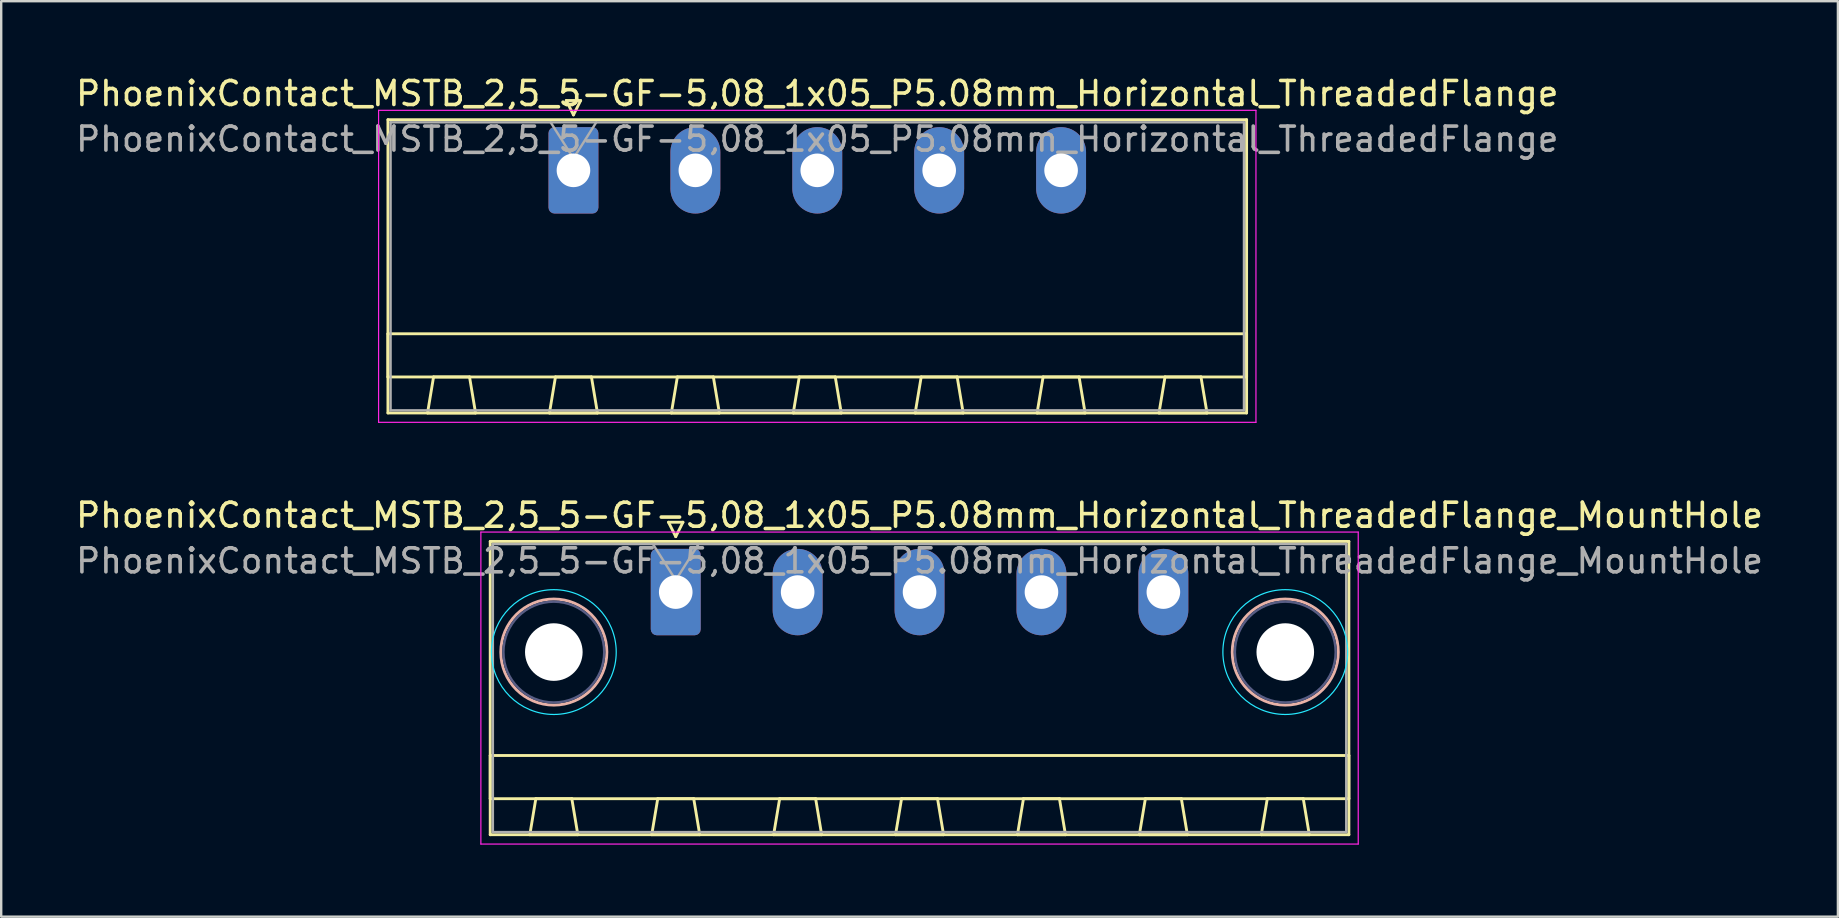
<source format=kicad_pcb>
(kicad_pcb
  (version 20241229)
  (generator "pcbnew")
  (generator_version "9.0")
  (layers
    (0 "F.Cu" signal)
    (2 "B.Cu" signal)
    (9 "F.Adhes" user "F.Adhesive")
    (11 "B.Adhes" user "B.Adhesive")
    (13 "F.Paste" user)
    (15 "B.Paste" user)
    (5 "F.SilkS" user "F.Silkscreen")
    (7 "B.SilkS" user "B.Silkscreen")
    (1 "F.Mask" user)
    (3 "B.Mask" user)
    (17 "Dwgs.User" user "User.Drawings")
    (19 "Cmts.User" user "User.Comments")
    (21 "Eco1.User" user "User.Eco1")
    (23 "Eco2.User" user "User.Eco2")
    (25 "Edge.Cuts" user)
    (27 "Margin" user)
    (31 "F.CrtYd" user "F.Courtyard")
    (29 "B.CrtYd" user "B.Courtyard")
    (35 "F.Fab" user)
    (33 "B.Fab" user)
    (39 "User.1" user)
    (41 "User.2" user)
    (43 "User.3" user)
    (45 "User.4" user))
  (footprint "PhoenixContact_MSTB_2,5_5-GF-5,08_1x05_P5.08mm_Horizontal_ThreadedFlange"
    (layer "F.Cu")
    (at 20.846 4.048)
    (property "Reference" "PhoenixContact_MSTB_2,5_5-GF-5,08_1x05_P5.08mm_Horizontal_ThreadedFlange" (at 10.16 -3.2 0) (layer "F.SilkS") (effects (font (size 1 1) (thickness 0.15))))
    (attr through_hole)
    (fp_line (start -7.73 -2.11) (end -7.73 10.11) (stroke (width 0.12) (type solid)) (layer "F.SilkS"))
    (fp_line (start -7.73 6.81) (end 28.05 6.81) (stroke (width 0.12) (type solid)) (layer "F.SilkS"))
    (fp_line (start -7.73 8.61) (end -7.73 6.81) (stroke (width 0.12) (type solid)) (layer "F.SilkS"))
    (fp_line (start -7.73 10.11) (end 28.05 10.11) (stroke (width 0.12) (type solid)) (layer "F.SilkS"))
    (fp_line (start -6.08 10.11) (end -4.08 10.11) (stroke (width 0.12) (type solid)) (layer "F.SilkS"))
    (fp_line (start -5.83 8.61) (end -6.08 10.11) (stroke (width 0.12) (type solid)) (layer "F.SilkS"))
    (fp_line (start -4.33 8.61) (end -5.83 8.61) (stroke (width 0.12) (type solid)) (layer "F.SilkS"))
    (fp_line (start -4.08 10.11) (end -4.33 8.61) (stroke (width 0.12) (type solid)) (layer "F.SilkS"))
    (fp_line (start -1 10.11) (end 1 10.11) (stroke (width 0.12) (type solid)) (layer "F.SilkS"))
    (fp_line (start -0.75 8.61) (end -1 10.11) (stroke (width 0.12) (type solid)) (layer "F.SilkS"))
    (fp_line (start -0.3 -2.91) (end 0.3 -2.91) (stroke (width 0.12) (type solid)) (layer "F.SilkS"))
    (fp_line (start 0 -2.31) (end -0.3 -2.91) (stroke (width 0.12) (type solid)) (layer "F.SilkS"))
    (fp_line (start 0.3 -2.91) (end 0 -2.31) (stroke (width 0.12) (type solid)) (layer "F.SilkS"))
    (fp_line (start 0.75 8.61) (end -0.75 8.61) (stroke (width 0.12) (type solid)) (layer "F.SilkS"))
    (fp_line (start 1 10.11) (end 0.75 8.61) (stroke (width 0.12) (type solid)) (layer "F.SilkS"))
    (fp_line (start 4.08 10.11) (end 6.08 10.11) (stroke (width 0.12) (type solid)) (layer "F.SilkS"))
    (fp_line (start 4.33 8.61) (end 4.08 10.11) (stroke (width 0.12) (type solid)) (layer "F.SilkS"))
    (fp_line (start 5.83 8.61) (end 4.33 8.61) (stroke (width 0.12) (type solid)) (layer "F.SilkS"))
    (fp_line (start 6.08 10.11) (end 5.83 8.61) (stroke (width 0.12) (type solid)) (layer "F.SilkS"))
    (fp_line (start 9.16 10.11) (end 11.16 10.11) (stroke (width 0.12) (type solid)) (layer "F.SilkS"))
    (fp_line (start 9.41 8.61) (end 9.16 10.11) (stroke (width 0.12) (type solid)) (layer "F.SilkS"))
    (fp_line (start 10.91 8.61) (end 9.41 8.61) (stroke (width 0.12) (type solid)) (layer "F.SilkS"))
    (fp_line (start 11.16 10.11) (end 10.91 8.61) (stroke (width 0.12) (type solid)) (layer "F.SilkS"))
    (fp_line (start 14.24 10.11) (end 16.24 10.11) (stroke (width 0.12) (type solid)) (layer "F.SilkS"))
    (fp_line (start 14.49 8.61) (end 14.24 10.11) (stroke (width 0.12) (type solid)) (layer "F.SilkS"))
    (fp_line (start 15.99 8.61) (end 14.49 8.61) (stroke (width 0.12) (type solid)) (layer "F.SilkS"))
    (fp_line (start 16.24 10.11) (end 15.99 8.61) (stroke (width 0.12) (type solid)) (layer "F.SilkS"))
    (fp_line (start 19.32 10.11) (end 21.32 10.11) (stroke (width 0.12) (type solid)) (layer "F.SilkS"))
    (fp_line (start 19.57 8.61) (end 19.32 10.11) (stroke (width 0.12) (type solid)) (layer "F.SilkS"))
    (fp_line (start 21.07 8.61) (end 19.57 8.61) (stroke (width 0.12) (type solid)) (layer "F.SilkS"))
    (fp_line (start 21.32 10.11) (end 21.07 8.61) (stroke (width 0.12) (type solid)) (layer "F.SilkS"))
    (fp_line (start 24.4 10.11) (end 26.4 10.11) (stroke (width 0.12) (type solid)) (layer "F.SilkS"))
    (fp_line (start 24.65 8.61) (end 24.4 10.11) (stroke (width 0.12) (type solid)) (layer "F.SilkS"))
    (fp_line (start 26.15 8.61) (end 24.65 8.61) (stroke (width 0.12) (type solid)) (layer "F.SilkS"))
    (fp_line (start 26.4 10.11) (end 26.15 8.61) (stroke (width 0.12) (type solid)) (layer "F.SilkS"))
    (fp_line (start 28.05 -2.11) (end -7.73 -2.11) (stroke (width 0.12) (type solid)) (layer "F.SilkS"))
    (fp_line (start 28.05 6.81) (end 28.05 8.61) (stroke (width 0.12) (type solid)) (layer "F.SilkS"))
    (fp_line (start 28.05 8.61) (end -7.73 8.61) (stroke (width 0.12) (type solid)) (layer "F.SilkS"))
    (fp_line (start 28.05 10.11) (end 28.05 -2.11) (stroke (width 0.12) (type solid)) (layer "F.SilkS"))
    (fp_line (start -8.12 -2.5) (end -8.12 10.5) (stroke (width 0.05) (type solid)) (layer "F.CrtYd"))
    (fp_line (start -8.12 10.5) (end 28.44 10.5) (stroke (width 0.05) (type solid)) (layer "F.CrtYd"))
    (fp_line (start 28.44 -2.5) (end -8.12 -2.5) (stroke (width 0.05) (type solid)) (layer "F.CrtYd"))
    (fp_line (start 28.44 10.5) (end 28.44 -2.5) (stroke (width 0.05) (type solid)) (layer "F.CrtYd"))
    (fp_line (start -7.62 -2) (end -7.62 10) (stroke (width 0.1) (type solid)) (layer "F.Fab"))
    (fp_line (start -7.62 10) (end 27.94 10) (stroke (width 0.1) (type solid)) (layer "F.Fab"))
    (fp_line (start 0 -0.5) (end -0.95 -2) (stroke (width 0.1) (type solid)) (layer "F.Fab"))
    (fp_line (start 0.95 -2) (end 0 -0.5) (stroke (width 0.1) (type solid)) (layer "F.Fab"))
    (fp_line (start 27.94 -2) (end -7.62 -2) (stroke (width 0.1) (type solid)) (layer "F.Fab"))
    (fp_line (start 27.94 10) (end 27.94 -2) (stroke (width 0.1) (type solid)) (layer "F.Fab"))
    (fp_text user "${REFERENCE}" (at 10.16 -1.3 0) (layer "F.Fab") (effects (font (size 1 1) (thickness 0.15))))
    (pad "1" thru_hole roundrect (at 0 0) (size 2.08 3.6) (drill 1.4) (layers "*.Cu" "*.Mask") (roundrect_rratio 0.12))
    (pad "2" thru_hole oval (at 5.08 0) (size 2.08 3.6) (drill 1.4) (layers "*.Cu" "*.Mask"))
    (pad "3" thru_hole oval (at 10.16 0) (size 2.08 3.6) (drill 1.4) (layers "*.Cu" "*.Mask"))
    (pad "4" thru_hole oval (at 15.24 0) (size 2.08 3.6) (drill 1.4) (layers "*.Cu" "*.Mask"))
    (pad "5" thru_hole oval (at 20.32 0) (size 2.08 3.6) (drill 1.4) (layers "*.Cu" "*.Mask")))
  (footprint "PhoenixContact_MSTB_2,5_5-GF-5,08_1x05_P5.08mm_Horizontal_ThreadedFlange_MountHole"
    (layer "F.Cu")
    (at 25.108 21.622)
    (property "Reference" "PhoenixContact_MSTB_2,5_5-GF-5,08_1x05_P5.08mm_Horizontal_ThreadedFlange_MountHole" (at 10.16 -3.2 0) (layer "F.SilkS") (effects (font (size 1 1) (thickness 0.15))))
    (attr through_hole)
    (fp_line (start -7.73 -2.11) (end -7.73 10.11) (stroke (width 0.12) (type solid)) (layer "F.SilkS"))
    (fp_line (start -7.73 6.81) (end 28.05 6.81) (stroke (width 0.12) (type solid)) (layer "F.SilkS"))
    (fp_line (start -7.73 8.61) (end -7.73 6.81) (stroke (width 0.12) (type solid)) (layer "F.SilkS"))
    (fp_line (start -7.73 10.11) (end 28.05 10.11) (stroke (width 0.12) (type solid)) (layer "F.SilkS"))
    (fp_line (start -6.08 10.11) (end -4.08 10.11) (stroke (width 0.12) (type solid)) (layer "F.SilkS"))
    (fp_line (start -5.83 8.61) (end -6.08 10.11) (stroke (width 0.12) (type solid)) (layer "F.SilkS"))
    (fp_line (start -4.33 8.61) (end -5.83 8.61) (stroke (width 0.12) (type solid)) (layer "F.SilkS"))
    (fp_line (start -4.08 10.11) (end -4.33 8.61) (stroke (width 0.12) (type solid)) (layer "F.SilkS"))
    (fp_line (start -1 10.11) (end 1 10.11) (stroke (width 0.12) (type solid)) (layer "F.SilkS"))
    (fp_line (start -0.75 8.61) (end -1 10.11) (stroke (width 0.12) (type solid)) (layer "F.SilkS"))
    (fp_line (start -0.3 -2.91) (end 0.3 -2.91) (stroke (width 0.12) (type solid)) (layer "F.SilkS"))
    (fp_line (start 0 -2.31) (end -0.3 -2.91) (stroke (width 0.12) (type solid)) (layer "F.SilkS"))
    (fp_line (start 0.3 -2.91) (end 0 -2.31) (stroke (width 0.12) (type solid)) (layer "F.SilkS"))
    (fp_line (start 0.75 8.61) (end -0.75 8.61) (stroke (width 0.12) (type solid)) (layer "F.SilkS"))
    (fp_line (start 1 10.11) (end 0.75 8.61) (stroke (width 0.12) (type solid)) (layer "F.SilkS"))
    (fp_line (start 4.08 10.11) (end 6.08 10.11) (stroke (width 0.12) (type solid)) (layer "F.SilkS"))
    (fp_line (start 4.33 8.61) (end 4.08 10.11) (stroke (width 0.12) (type solid)) (layer "F.SilkS"))
    (fp_line (start 5.83 8.61) (end 4.33 8.61) (stroke (width 0.12) (type solid)) (layer "F.SilkS"))
    (fp_line (start 6.08 10.11) (end 5.83 8.61) (stroke (width 0.12) (type solid)) (layer "F.SilkS"))
    (fp_line (start 9.16 10.11) (end 11.16 10.11) (stroke (width 0.12) (type solid)) (layer "F.SilkS"))
    (fp_line (start 9.41 8.61) (end 9.16 10.11) (stroke (width 0.12) (type solid)) (layer "F.SilkS"))
    (fp_line (start 10.91 8.61) (end 9.41 8.61) (stroke (width 0.12) (type solid)) (layer "F.SilkS"))
    (fp_line (start 11.16 10.11) (end 10.91 8.61) (stroke (width 0.12) (type solid)) (layer "F.SilkS"))
    (fp_line (start 14.24 10.11) (end 16.24 10.11) (stroke (width 0.12) (type solid)) (layer "F.SilkS"))
    (fp_line (start 14.49 8.61) (end 14.24 10.11) (stroke (width 0.12) (type solid)) (layer "F.SilkS"))
    (fp_line (start 15.99 8.61) (end 14.49 8.61) (stroke (width 0.12) (type solid)) (layer "F.SilkS"))
    (fp_line (start 16.24 10.11) (end 15.99 8.61) (stroke (width 0.12) (type solid)) (layer "F.SilkS"))
    (fp_line (start 19.32 10.11) (end 21.32 10.11) (stroke (width 0.12) (type solid)) (layer "F.SilkS"))
    (fp_line (start 19.57 8.61) (end 19.32 10.11) (stroke (width 0.12) (type solid)) (layer "F.SilkS"))
    (fp_line (start 21.07 8.61) (end 19.57 8.61) (stroke (width 0.12) (type solid)) (layer "F.SilkS"))
    (fp_line (start 21.32 10.11) (end 21.07 8.61) (stroke (width 0.12) (type solid)) (layer "F.SilkS"))
    (fp_line (start 24.4 10.11) (end 26.4 10.11) (stroke (width 0.12) (type solid)) (layer "F.SilkS"))
    (fp_line (start 24.65 8.61) (end 24.4 10.11) (stroke (width 0.12) (type solid)) (layer "F.SilkS"))
    (fp_line (start 26.15 8.61) (end 24.65 8.61) (stroke (width 0.12) (type solid)) (layer "F.SilkS"))
    (fp_line (start 26.4 10.11) (end 26.15 8.61) (stroke (width 0.12) (type solid)) (layer "F.SilkS"))
    (fp_line (start 28.05 -2.11) (end -7.73 -2.11) (stroke (width 0.12) (type solid)) (layer "F.SilkS"))
    (fp_line (start 28.05 6.81) (end 28.05 8.61) (stroke (width 0.12) (type solid)) (layer "F.SilkS"))
    (fp_line (start 28.05 8.61) (end -7.73 8.61) (stroke (width 0.12) (type solid)) (layer "F.SilkS"))
    (fp_line (start 28.05 10.11) (end 28.05 -2.11) (stroke (width 0.12) (type solid)) (layer "F.SilkS"))
    (fp_circle (center -5.08 2.5) (end -2.87 2.5) (stroke (width 0.12) (type solid)) (fill no) (layer "B.SilkS"))
    (fp_circle (center 25.4 2.5) (end 27.61 2.5) (stroke (width 0.12) (type solid)) (fill no) (layer "B.SilkS"))
    (fp_circle (center -5.08 2.5) (end -2.48 2.5) (stroke (width 0.05) (type solid)) (fill no) (layer "B.CrtYd"))
    (fp_circle (center 25.4 2.5) (end 28 2.5) (stroke (width 0.05) (type solid)) (fill no) (layer "B.CrtYd"))
    (fp_line (start -8.12 -2.5) (end -8.12 10.5) (stroke (width 0.05) (type solid)) (layer "F.CrtYd"))
    (fp_line (start -8.12 10.5) (end 28.44 10.5) (stroke (width 0.05) (type solid)) (layer "F.CrtYd"))
    (fp_line (start 28.44 -2.5) (end -8.12 -2.5) (stroke (width 0.05) (type solid)) (layer "F.CrtYd"))
    (fp_line (start 28.44 10.5) (end 28.44 -2.5) (stroke (width 0.05) (type solid)) (layer "F.CrtYd"))
    (fp_circle (center -5.08 2.5) (end -2.98 2.5) (stroke (width 0.1) (type solid)) (fill no) (layer "B.Fab"))
    (fp_circle (center 25.4 2.5) (end 27.5 2.5) (stroke (width 0.1) (type solid)) (fill no) (layer "B.Fab"))
    (fp_line (start -7.62 -2) (end -7.62 10) (stroke (width 0.1) (type solid)) (layer "F.Fab"))
    (fp_line (start -7.62 10) (end 27.94 10) (stroke (width 0.1) (type solid)) (layer "F.Fab"))
    (fp_line (start 0 -0.5) (end -0.95 -2) (stroke (width 0.1) (type solid)) (layer "F.Fab"))
    (fp_line (start 0.95 -2) (end 0 -0.5) (stroke (width 0.1) (type solid)) (layer "F.Fab"))
    (fp_line (start 27.94 -2) (end -7.62 -2) (stroke (width 0.1) (type solid)) (layer "F.Fab"))
    (fp_line (start 27.94 10) (end 27.94 -2) (stroke (width 0.1) (type solid)) (layer "F.Fab"))
    (fp_text user "${REFERENCE}" (at 10.16 -1.3 0) (layer "F.Fab") (effects (font (size 1 1) (thickness 0.15))))
    (pad "" np_thru_hole circle (at -5.08 2.5) (size 2.4 2.4) (drill 2.4) (layers "*.Cu" "*.Mask"))
    (pad "" np_thru_hole circle (at 25.4 2.5) (size 2.4 2.4) (drill 2.4) (layers "*.Cu" "*.Mask"))
    (pad "1" thru_hole roundrect (at 0 0) (size 2.08 3.6) (drill 1.4) (layers "*.Cu" "*.Mask") (roundrect_rratio 0.12))
    (pad "2" thru_hole oval (at 5.08 0) (size 2.08 3.6) (drill 1.4) (layers "*.Cu" "*.Mask"))
    (pad "3" thru_hole oval (at 10.16 0) (size 2.08 3.6) (drill 1.4) (layers "*.Cu" "*.Mask"))
    (pad "4" thru_hole oval (at 15.24 0) (size 2.08 3.6) (drill 1.4) (layers "*.Cu" "*.Mask"))
    (pad "5" thru_hole oval (at 20.32 0) (size 2.08 3.6) (drill 1.4) (layers "*.Cu" "*.Mask")))
  (gr_rect
    (start -3 -3)
    (end 73.536 35.147)
    (stroke (width 0.1) (type default))
    (fill no)
    (layer "Edge.Cuts")))
</source>
